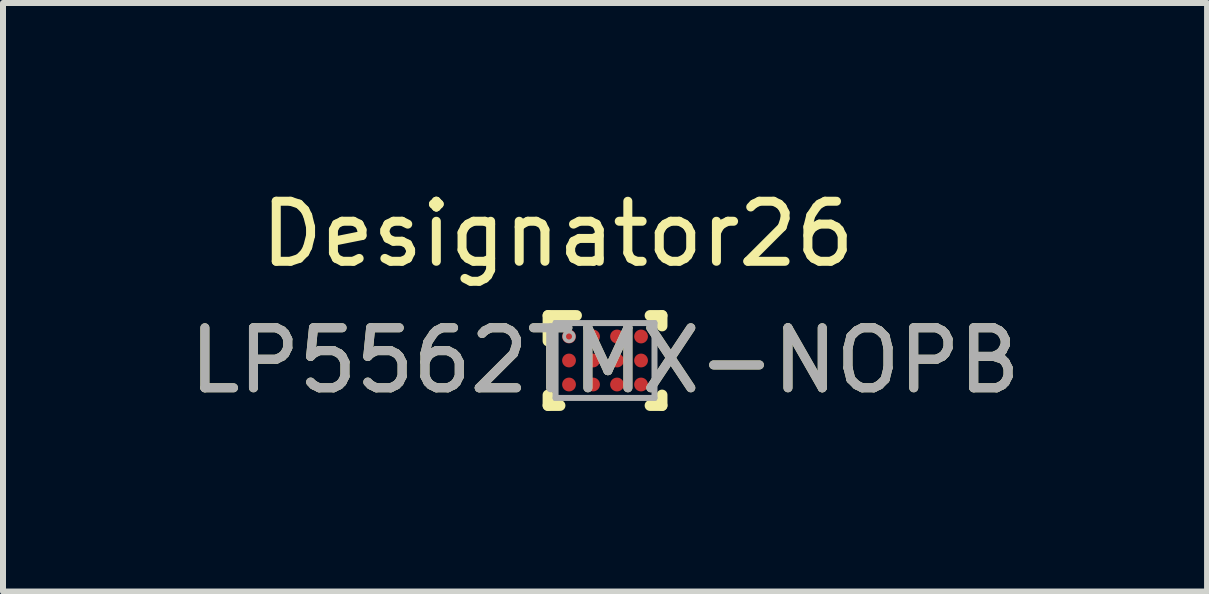
<source format=kicad_pcb>
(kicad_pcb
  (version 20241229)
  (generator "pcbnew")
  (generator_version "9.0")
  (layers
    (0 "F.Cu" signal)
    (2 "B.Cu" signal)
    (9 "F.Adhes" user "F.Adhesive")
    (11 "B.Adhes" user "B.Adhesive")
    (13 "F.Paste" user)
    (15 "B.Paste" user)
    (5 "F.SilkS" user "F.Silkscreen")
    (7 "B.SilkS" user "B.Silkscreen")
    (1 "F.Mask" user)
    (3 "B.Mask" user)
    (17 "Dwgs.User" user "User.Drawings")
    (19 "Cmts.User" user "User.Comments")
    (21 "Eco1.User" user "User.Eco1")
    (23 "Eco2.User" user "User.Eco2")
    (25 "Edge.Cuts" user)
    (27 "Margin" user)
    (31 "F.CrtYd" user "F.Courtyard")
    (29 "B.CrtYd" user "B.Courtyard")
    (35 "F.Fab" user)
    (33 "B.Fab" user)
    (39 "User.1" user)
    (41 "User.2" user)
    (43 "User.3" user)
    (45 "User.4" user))
  (footprint "LP5562TMX-NOPB"
    (layer "F.Cu")
    (at 7.03 2.956)
    (property "Reference" "LP5562TMX-NOPB" (at 0 0 0) (unlocked yes) (layer "F.SilkS") (effects (font (size 1 1) (thickness 0.15))))
    (attr smd)
    (fp_line (start -0.95 -0.75) (end -0.475 -0.75) (stroke (width 0.18) (type solid)) (layer "F.SilkS"))
    (fp_line (start -0.95 -0.325) (end -0.95 -0.75) (stroke (width 0.18) (type solid)) (layer "F.SilkS"))
    (fp_line (start -0.95 0.75) (end -0.95 0.575) (stroke (width 0.18) (type solid)) (layer "F.SilkS"))
    (fp_line (start -0.95 0.75) (end -0.75 0.75) (stroke (width 0.18) (type solid)) (layer "F.SilkS"))
    (fp_line (start 0.75 -0.75) (end 0.95 -0.75) (stroke (width 0.18) (type solid)) (layer "F.SilkS"))
    (fp_line (start 0.75 0.75) (end 0.95 0.75) (stroke (width 0.18) (type solid)) (layer "F.SilkS"))
    (fp_line (start 0.95 -0.575) (end 0.95 -0.75) (stroke (width 0.18) (type solid)) (layer "F.SilkS"))
    (fp_line (start 0.95 0.75) (end 0.95 0.575) (stroke (width 0.18) (type solid)) (layer "F.SilkS"))
    (fp_circle (center -0.675 -0.475) (end -0.65 -0.475) (stroke (width 0.05) (type solid)) (fill no) (layer "F.Paste"))
    (fp_circle (center -0.675 -0.325) (end -0.65 -0.325) (stroke (width 0.05) (type solid)) (fill no) (layer "F.Paste"))
    (fp_circle (center -0.675 -0.075) (end -0.65 -0.075) (stroke (width 0.05) (type solid)) (fill no) (layer "F.Paste"))
    (fp_circle (center -0.675 0.075) (end -0.65 0.075) (stroke (width 0.05) (type solid)) (fill no) (layer "F.Paste"))
    (fp_circle (center -0.675 0.325) (end -0.65 0.325) (stroke (width 0.05) (type solid)) (fill no) (layer "F.Paste"))
    (fp_circle (center -0.675 0.475) (end -0.65 0.475) (stroke (width 0.05) (type solid)) (fill no) (layer "F.Paste"))
    (fp_circle (center -0.525 -0.475) (end -0.5 -0.475) (stroke (width 0.05) (type solid)) (fill no) (layer "F.Paste"))
    (fp_circle (center -0.525 -0.325) (end -0.5 -0.325) (stroke (width 0.05) (type solid)) (fill no) (layer "F.Paste"))
    (fp_circle (center -0.525 -0.075) (end -0.5 -0.075) (stroke (width 0.05) (type solid)) (fill no) (layer "F.Paste"))
    (fp_circle (center -0.525 0.075) (end -0.5 0.075) (stroke (width 0.05) (type solid)) (fill no) (layer "F.Paste"))
    (fp_circle (center -0.525 0.325) (end -0.5 0.325) (stroke (width 0.05) (type solid)) (fill no) (layer "F.Paste"))
    (fp_circle (center -0.525 0.475) (end -0.5 0.475) (stroke (width 0.05) (type solid)) (fill no) (layer "F.Paste"))
    (fp_circle (center -0.275 -0.475) (end -0.25 -0.475) (stroke (width 0.05) (type solid)) (fill no) (layer "F.Paste"))
    (fp_circle (center -0.275 -0.325) (end -0.25 -0.325) (stroke (width 0.05) (type solid)) (fill no) (layer "F.Paste"))
    (fp_circle (center -0.275 -0.075) (end -0.25 -0.075) (stroke (width 0.05) (type solid)) (fill no) (layer "F.Paste"))
    (fp_circle (center -0.275 0.075) (end -0.25 0.075) (stroke (width 0.05) (type solid)) (fill no) (layer "F.Paste"))
    (fp_circle (center -0.275 0.325) (end -0.25 0.325) (stroke (width 0.05) (type solid)) (fill no) (layer "F.Paste"))
    (fp_circle (center -0.275 0.475) (end -0.25 0.475) (stroke (width 0.05) (type solid)) (fill no) (layer "F.Paste"))
    (fp_circle (center -0.125 -0.475) (end -0.1 -0.475) (stroke (width 0.05) (type solid)) (fill no) (layer "F.Paste"))
    (fp_circle (center -0.125 -0.325) (end -0.1 -0.325) (stroke (width 0.05) (type solid)) (fill no) (layer "F.Paste"))
    (fp_circle (center -0.125 -0.075) (end -0.1 -0.075) (stroke (width 0.05) (type solid)) (fill no) (layer "F.Paste"))
    (fp_circle (center -0.125 0.075) (end -0.1 0.075) (stroke (width 0.05) (type solid)) (fill no) (layer "F.Paste"))
    (fp_circle (center -0.125 0.325) (end -0.1 0.325) (stroke (width 0.05) (type solid)) (fill no) (layer "F.Paste"))
    (fp_circle (center -0.125 0.475) (end -0.1 0.475) (stroke (width 0.05) (type solid)) (fill no) (layer "F.Paste"))
    (fp_circle (center 0.125 -0.475) (end 0.15 -0.475) (stroke (width 0.05) (type solid)) (fill no) (layer "F.Paste"))
    (fp_circle (center 0.125 -0.325) (end 0.15 -0.325) (stroke (width 0.05) (type solid)) (fill no) (layer "F.Paste"))
    (fp_circle (center 0.125 -0.075) (end 0.15 -0.075) (stroke (width 0.05) (type solid)) (fill no) (layer "F.Paste"))
    (fp_circle (center 0.125 0.075) (end 0.15 0.075) (stroke (width 0.05) (type solid)) (fill no) (layer "F.Paste"))
    (fp_circle (center 0.125 0.325) (end 0.15 0.325) (stroke (width 0.05) (type solid)) (fill no) (layer "F.Paste"))
    (fp_circle (center 0.125 0.475) (end 0.15 0.475) (stroke (width 0.05) (type solid)) (fill no) (layer "F.Paste"))
    (fp_circle (center 0.275 -0.475) (end 0.3 -0.475) (stroke (width 0.05) (type solid)) (fill no) (layer "F.Paste"))
    (fp_circle (center 0.275 -0.325) (end 0.3 -0.325) (stroke (width 0.05) (type solid)) (fill no) (layer "F.Paste"))
    (fp_circle (center 0.275 -0.075) (end 0.3 -0.075) (stroke (width 0.05) (type solid)) (fill no) (layer "F.Paste"))
    (fp_circle (center 0.275 0.075) (end 0.3 0.075) (stroke (width 0.05) (type solid)) (fill no) (layer "F.Paste"))
    (fp_circle (center 0.275 0.325) (end 0.3 0.325) (stroke (width 0.05) (type solid)) (fill no) (layer "F.Paste"))
    (fp_circle (center 0.275 0.475) (end 0.3 0.475) (stroke (width 0.05) (type solid)) (fill no) (layer "F.Paste"))
    (fp_circle (center 0.525 -0.475) (end 0.55 -0.475) (stroke (width 0.05) (type solid)) (fill no) (layer "F.Paste"))
    (fp_circle (center 0.525 -0.325) (end 0.55 -0.325) (stroke (width 0.05) (type solid)) (fill no) (layer "F.Paste"))
    (fp_circle (center 0.525 -0.075) (end 0.55 -0.075) (stroke (width 0.05) (type solid)) (fill no) (layer "F.Paste"))
    (fp_circle (center 0.525 0.075) (end 0.55 0.075) (stroke (width 0.05) (type solid)) (fill no) (layer "F.Paste"))
    (fp_circle (center 0.525 0.325) (end 0.55 0.325) (stroke (width 0.05) (type solid)) (fill no) (layer "F.Paste"))
    (fp_circle (center 0.525 0.475) (end 0.55 0.475) (stroke (width 0.05) (type solid)) (fill no) (layer "F.Paste"))
    (fp_circle (center 0.675 -0.475) (end 0.7 -0.475) (stroke (width 0.05) (type solid)) (fill no) (layer "F.Paste"))
    (fp_circle (center 0.675 -0.325) (end 0.7 -0.325) (stroke (width 0.05) (type solid)) (fill no) (layer "F.Paste"))
    (fp_circle (center 0.675 -0.075) (end 0.7 -0.075) (stroke (width 0.05) (type solid)) (fill no) (layer "F.Paste"))
    (fp_circle (center 0.675 0.075) (end 0.7 0.075) (stroke (width 0.05) (type solid)) (fill no) (layer "F.Paste"))
    (fp_circle (center 0.675 0.325) (end 0.7 0.325) (stroke (width 0.05) (type solid)) (fill no) (layer "F.Paste"))
    (fp_circle (center 0.675 0.475) (end 0.7 0.475) (stroke (width 0.05) (type solid)) (fill no) (layer "F.Paste"))
    (fp_poly (pts (xy -0.675 -0.475) (xy -0.525 -0.475) (xy -0.525 -0.525) (xy -0.675 -0.525)) (stroke (width 0) (type solid)) (fill yes) (layer "F.Paste"))
    (fp_poly (pts (xy -0.675 -0.325) (xy -0.675 -0.475) (xy -0.725 -0.475) (xy -0.725 -0.325)) (stroke (width 0) (type solid)) (fill yes) (layer "F.Paste"))
    (fp_poly (pts (xy -0.675 -0.075) (xy -0.525 -0.075) (xy -0.525 -0.125) (xy -0.675 -0.125)) (stroke (width 0) (type solid)) (fill yes) (layer "F.Paste"))
    (fp_poly (pts (xy -0.675 0.075) (xy -0.675 -0.075) (xy -0.725 -0.075) (xy -0.725 0.075)) (stroke (width 0) (type solid)) (fill yes) (layer "F.Paste"))
    (fp_poly (pts (xy -0.675 0.325) (xy -0.525 0.325) (xy -0.525 0.275) (xy -0.675 0.275)) (stroke (width 0) (type solid)) (fill yes) (layer "F.Paste"))
    (fp_poly (pts (xy -0.675 0.475) (xy -0.675 0.325) (xy -0.725 0.325) (xy -0.725 0.475)) (stroke (width 0) (type solid)) (fill yes) (layer "F.Paste"))
    (fp_poly (pts (xy -0.525 -0.475) (xy -0.525 -0.325) (xy -0.475 -0.325) (xy -0.475 -0.475)) (stroke (width 0) (type solid)) (fill yes) (layer "F.Paste"))
    (fp_poly (pts (xy -0.525 -0.325) (xy -0.675 -0.325) (xy -0.675 -0.275) (xy -0.525 -0.275)) (stroke (width 0) (type solid)) (fill yes) (layer "F.Paste"))
    (fp_poly (pts (xy -0.525 -0.075) (xy -0.525 0.075) (xy -0.475 0.075) (xy -0.475 -0.075)) (stroke (width 0) (type solid)) (fill yes) (layer "F.Paste"))
    (fp_poly (pts (xy -0.525 0.075) (xy -0.675 0.075) (xy -0.675 0.125) (xy -0.525 0.125)) (stroke (width 0) (type solid)) (fill yes) (layer "F.Paste"))
    (fp_poly (pts (xy -0.525 0.325) (xy -0.525 0.475) (xy -0.475 0.475) (xy -0.475 0.325)) (stroke (width 0) (type solid)) (fill yes) (layer "F.Paste"))
    (fp_poly (pts (xy -0.525 0.475) (xy -0.675 0.475) (xy -0.675 0.525) (xy -0.525 0.525)) (stroke (width 0) (type solid)) (fill yes) (layer "F.Paste"))
    (fp_poly (pts (xy -0.525 -0.325) (xy -0.525 -0.475) (xy -0.675 -0.475) (xy -0.675 -0.325)) (stroke (width 0) (type solid)) (fill yes) (layer "F.Paste"))
    (fp_poly (pts (xy -0.525 0.075) (xy -0.525 -0.075) (xy -0.675 -0.075) (xy -0.675 0.075)) (stroke (width 0) (type solid)) (fill yes) (layer "F.Paste"))
    (fp_poly (pts (xy -0.525 0.475) (xy -0.525 0.325) (xy -0.675 0.325) (xy -0.675 0.475)) (stroke (width 0) (type solid)) (fill yes) (layer "F.Paste"))
    (fp_poly (pts (xy -0.275 -0.475) (xy -0.125 -0.475) (xy -0.125 -0.525) (xy -0.275 -0.525)) (stroke (width 0) (type solid)) (fill yes) (layer "F.Paste"))
    (fp_poly (pts (xy -0.275 -0.325) (xy -0.275 -0.475) (xy -0.325 -0.475) (xy -0.325 -0.325)) (stroke (width 0) (type solid)) (fill yes) (layer "F.Paste"))
    (fp_poly (pts (xy -0.275 -0.075) (xy -0.125 -0.075) (xy -0.125 -0.125) (xy -0.275 -0.125)) (stroke (width 0) (type solid)) (fill yes) (layer "F.Paste"))
    (fp_poly (pts (xy -0.275 0.075) (xy -0.275 -0.075) (xy -0.325 -0.075) (xy -0.325 0.075)) (stroke (width 0) (type solid)) (fill yes) (layer "F.Paste"))
    (fp_poly (pts (xy -0.275 0.325) (xy -0.125 0.325) (xy -0.125 0.275) (xy -0.275 0.275)) (stroke (width 0) (type solid)) (fill yes) (layer "F.Paste"))
    (fp_poly (pts (xy -0.275 0.475) (xy -0.275 0.325) (xy -0.325 0.325) (xy -0.325 0.475)) (stroke (width 0) (type solid)) (fill yes) (layer "F.Paste"))
    (fp_poly (pts (xy -0.125 -0.475) (xy -0.125 -0.325) (xy -0.075 -0.325) (xy -0.075 -0.475)) (stroke (width 0) (type solid)) (fill yes) (layer "F.Paste"))
    (fp_poly (pts (xy -0.125 -0.325) (xy -0.275 -0.325) (xy -0.275 -0.275) (xy -0.125 -0.275)) (stroke (width 0) (type solid)) (fill yes) (layer "F.Paste"))
    (fp_poly (pts (xy -0.125 -0.075) (xy -0.125 0.075) (xy -0.075 0.075) (xy -0.075 -0.075)) (stroke (width 0) (type solid)) (fill yes) (layer "F.Paste"))
    (fp_poly (pts (xy -0.125 0.075) (xy -0.275 0.075) (xy -0.275 0.125) (xy -0.125 0.125)) (stroke (width 0) (type solid)) (fill yes) (layer "F.Paste"))
    (fp_poly (pts (xy -0.125 0.325) (xy -0.125 0.475) (xy -0.075 0.475) (xy -0.075 0.325)) (stroke (width 0) (type solid)) (fill yes) (layer "F.Paste"))
    (fp_poly (pts (xy -0.125 0.475) (xy -0.275 0.475) (xy -0.275 0.525) (xy -0.125 0.525)) (stroke (width 0) (type solid)) (fill yes) (layer "F.Paste"))
    (fp_poly (pts (xy -0.125 -0.325) (xy -0.125 -0.475) (xy -0.275 -0.475) (xy -0.275 -0.325)) (stroke (width 0) (type solid)) (fill yes) (layer "F.Paste"))
    (fp_poly (pts (xy -0.125 0.075) (xy -0.125 -0.075) (xy -0.275 -0.075) (xy -0.275 0.075)) (stroke (width 0) (type solid)) (fill yes) (layer "F.Paste"))
    (fp_poly (pts (xy -0.125 0.475) (xy -0.125 0.325) (xy -0.275 0.325) (xy -0.275 0.475)) (stroke (width 0) (type solid)) (fill yes) (layer "F.Paste"))
    (fp_poly (pts (xy 0.125 -0.475) (xy 0.275 -0.475) (xy 0.275 -0.525) (xy 0.125 -0.525)) (stroke (width 0) (type solid)) (fill yes) (layer "F.Paste"))
    (fp_poly (pts (xy 0.125 -0.325) (xy 0.125 -0.475) (xy 0.075 -0.475) (xy 0.075 -0.325)) (stroke (width 0) (type solid)) (fill yes) (layer "F.Paste"))
    (fp_poly (pts (xy 0.125 -0.075) (xy 0.275 -0.075) (xy 0.275 -0.125) (xy 0.125 -0.125)) (stroke (width 0) (type solid)) (fill yes) (layer "F.Paste"))
    (fp_poly (pts (xy 0.125 0.075) (xy 0.125 -0.075) (xy 0.075 -0.075) (xy 0.075 0.075)) (stroke (width 0) (type solid)) (fill yes) (layer "F.Paste"))
    (fp_poly (pts (xy 0.125 0.325) (xy 0.275 0.325) (xy 0.275 0.275) (xy 0.125 0.275)) (stroke (width 0) (type solid)) (fill yes) (layer "F.Paste"))
    (fp_poly (pts (xy 0.125 0.475) (xy 0.125 0.325) (xy 0.075 0.325) (xy 0.075 0.475)) (stroke (width 0) (type solid)) (fill yes) (layer "F.Paste"))
    (fp_poly (pts (xy 0.275 -0.475) (xy 0.275 -0.325) (xy 0.325 -0.325) (xy 0.325 -0.475)) (stroke (width 0) (type solid)) (fill yes) (layer "F.Paste"))
    (fp_poly (pts (xy 0.275 -0.325) (xy 0.125 -0.325) (xy 0.125 -0.275) (xy 0.275 -0.275)) (stroke (width 0) (type solid)) (fill yes) (layer "F.Paste"))
    (fp_poly (pts (xy 0.275 -0.075) (xy 0.275 0.075) (xy 0.325 0.075) (xy 0.325 -0.075)) (stroke (width 0) (type solid)) (fill yes) (layer "F.Paste"))
    (fp_poly (pts (xy 0.275 0.075) (xy 0.125 0.075) (xy 0.125 0.125) (xy 0.275 0.125)) (stroke (width 0) (type solid)) (fill yes) (layer "F.Paste"))
    (fp_poly (pts (xy 0.275 0.325) (xy 0.275 0.475) (xy 0.325 0.475) (xy 0.325 0.325)) (stroke (width 0) (type solid)) (fill yes) (layer "F.Paste"))
    (fp_poly (pts (xy 0.275 0.475) (xy 0.125 0.475) (xy 0.125 0.525) (xy 0.275 0.525)) (stroke (width 0) (type solid)) (fill yes) (layer "F.Paste"))
    (fp_poly (pts (xy 0.275 -0.325) (xy 0.275 -0.475) (xy 0.125 -0.475) (xy 0.125 -0.325)) (stroke (width 0) (type solid)) (fill yes) (layer "F.Paste"))
    (fp_poly (pts (xy 0.275 0.075) (xy 0.275 -0.075) (xy 0.125 -0.075) (xy 0.125 0.075)) (stroke (width 0) (type solid)) (fill yes) (layer "F.Paste"))
    (fp_poly (pts (xy 0.275 0.475) (xy 0.275 0.325) (xy 0.125 0.325) (xy 0.125 0.475)) (stroke (width 0) (type solid)) (fill yes) (layer "F.Paste"))
    (fp_poly (pts (xy 0.525 -0.475) (xy 0.675 -0.475) (xy 0.675 -0.525) (xy 0.525 -0.525)) (stroke (width 0) (type solid)) (fill yes) (layer "F.Paste"))
    (fp_poly (pts (xy 0.525 -0.325) (xy 0.525 -0.475) (xy 0.475 -0.475) (xy 0.475 -0.325)) (stroke (width 0) (type solid)) (fill yes) (layer "F.Paste"))
    (fp_poly (pts (xy 0.525 -0.075) (xy 0.675 -0.075) (xy 0.675 -0.125) (xy 0.525 -0.125)) (stroke (width 0) (type solid)) (fill yes) (layer "F.Paste"))
    (fp_poly (pts (xy 0.525 0.075) (xy 0.525 -0.075) (xy 0.475 -0.075) (xy 0.475 0.075)) (stroke (width 0) (type solid)) (fill yes) (layer "F.Paste"))
    (fp_poly (pts (xy 0.525 0.325) (xy 0.675 0.325) (xy 0.675 0.275) (xy 0.525 0.275)) (stroke (width 0) (type solid)) (fill yes) (layer "F.Paste"))
    (fp_poly (pts (xy 0.525 0.475) (xy 0.525 0.325) (xy 0.475 0.325) (xy 0.475 0.475)) (stroke (width 0) (type solid)) (fill yes) (layer "F.Paste"))
    (fp_poly (pts (xy 0.675 -0.475) (xy 0.675 -0.325) (xy 0.725 -0.325) (xy 0.725 -0.475)) (stroke (width 0) (type solid)) (fill yes) (layer "F.Paste"))
    (fp_poly (pts (xy 0.675 -0.325) (xy 0.525 -0.325) (xy 0.525 -0.275) (xy 0.675 -0.275)) (stroke (width 0) (type solid)) (fill yes) (layer "F.Paste"))
    (fp_poly (pts (xy 0.675 -0.075) (xy 0.675 0.075) (xy 0.725 0.075) (xy 0.725 -0.075)) (stroke (width 0) (type solid)) (fill yes) (layer "F.Paste"))
    (fp_poly (pts (xy 0.675 0.075) (xy 0.525 0.075) (xy 0.525 0.125) (xy 0.675 0.125)) (stroke (width 0) (type solid)) (fill yes) (layer "F.Paste"))
    (fp_poly (pts (xy 0.675 0.325) (xy 0.675 0.475) (xy 0.725 0.475) (xy 0.725 0.325)) (stroke (width 0) (type solid)) (fill yes) (layer "F.Paste"))
    (fp_poly (pts (xy 0.675 0.475) (xy 0.525 0.475) (xy 0.525 0.525) (xy 0.675 0.525)) (stroke (width 0) (type solid)) (fill yes) (layer "F.Paste"))
    (fp_poly (pts (xy 0.675 -0.325) (xy 0.675 -0.475) (xy 0.525 -0.475) (xy 0.525 -0.325)) (stroke (width 0) (type solid)) (fill yes) (layer "F.Paste"))
    (fp_poly (pts (xy 0.675 0.075) (xy 0.675 -0.075) (xy 0.525 -0.075) (xy 0.525 0.075)) (stroke (width 0) (type solid)) (fill yes) (layer "F.Paste"))
    (fp_poly (pts (xy 0.675 0.475) (xy 0.675 0.325) (xy 0.525 0.325) (xy 0.525 0.475)) (stroke (width 0) (type solid)) (fill yes) (layer "F.Paste"))
    (fp_line (start -0.824 -0.624) (end 0.824 -0.624) (stroke (width 0.1) (type solid)) (layer "F.Fab"))
    (fp_line (start -0.824 0.624) (end -0.824 -0.624) (stroke (width 0.1) (type solid)) (layer "F.Fab"))
    (fp_line (start -0.824 0.624) (end 0.824 0.624) (stroke (width 0.1) (type solid)) (layer "F.Fab"))
    (fp_line (start 0.824 0.624) (end 0.824 -0.624) (stroke (width 0.1) (type solid)) (layer "F.Fab"))
    (fp_circle (center -0.6 -0.4) (end -0.52 -0.4) (stroke (width 0.06) (type solid)) (fill no) (layer "F.Fab"))
    (fp_text user "Designator26" (at -0.787 -2.108 0) (unlocked yes) (layer "F.SilkS") (effects (font (size 1 1) (thickness 0.15))))
    (fp_text user "${REFERENCE}" (at 0 0 0) (unlocked yes) (layer "F.Fab") (effects (font (size 1 1) (thickness 0.15))))
    (pad "A1" smd circle (at -0.6 -0.4) (size 0.23 0.23) (layers "F.Cu" "F.Mask"))
    (pad "A2" smd circle (at -0.2 -0.4) (size 0.23 0.23) (layers "F.Cu" "F.Mask"))
    (pad "A3" smd circle (at 0.2 -0.4) (size 0.23 0.23) (layers "F.Cu" "F.Mask"))
    (pad "A4" smd circle (at 0.6 -0.4) (size 0.23 0.23) (layers "F.Cu" "F.Mask"))
    (pad "B1" smd circle (at -0.6 0) (size 0.23 0.23) (layers "F.Cu" "F.Mask"))
    (pad "B2" smd circle (at -0.2 0) (size 0.23 0.23) (layers "F.Cu" "F.Mask"))
    (pad "B3" smd circle (at 0.2 0) (size 0.23 0.23) (layers "F.Cu" "F.Mask"))
    (pad "B4" smd circle (at 0.6 0) (size 0.23 0.23) (layers "F.Cu" "F.Mask"))
    (pad "C1" smd circle (at -0.6 0.4) (size 0.23 0.23) (layers "F.Cu" "F.Mask"))
    (pad "C2" smd circle (at -0.2 0.4) (size 0.23 0.23) (layers "F.Cu" "F.Mask"))
    (pad "C3" smd circle (at 0.2 0.4) (size 0.23 0.23) (layers "F.Cu" "F.Mask"))
    (pad "C4" smd circle (at 0.6 0.4) (size 0.23 0.23) (layers "F.Cu" "F.Mask")))
  (gr_rect
    (start -3 -3)
    (end 17.06 6.805)
    (stroke (width 0.1) (type default))
    (fill no)
    (layer "Edge.Cuts")))
</source>
